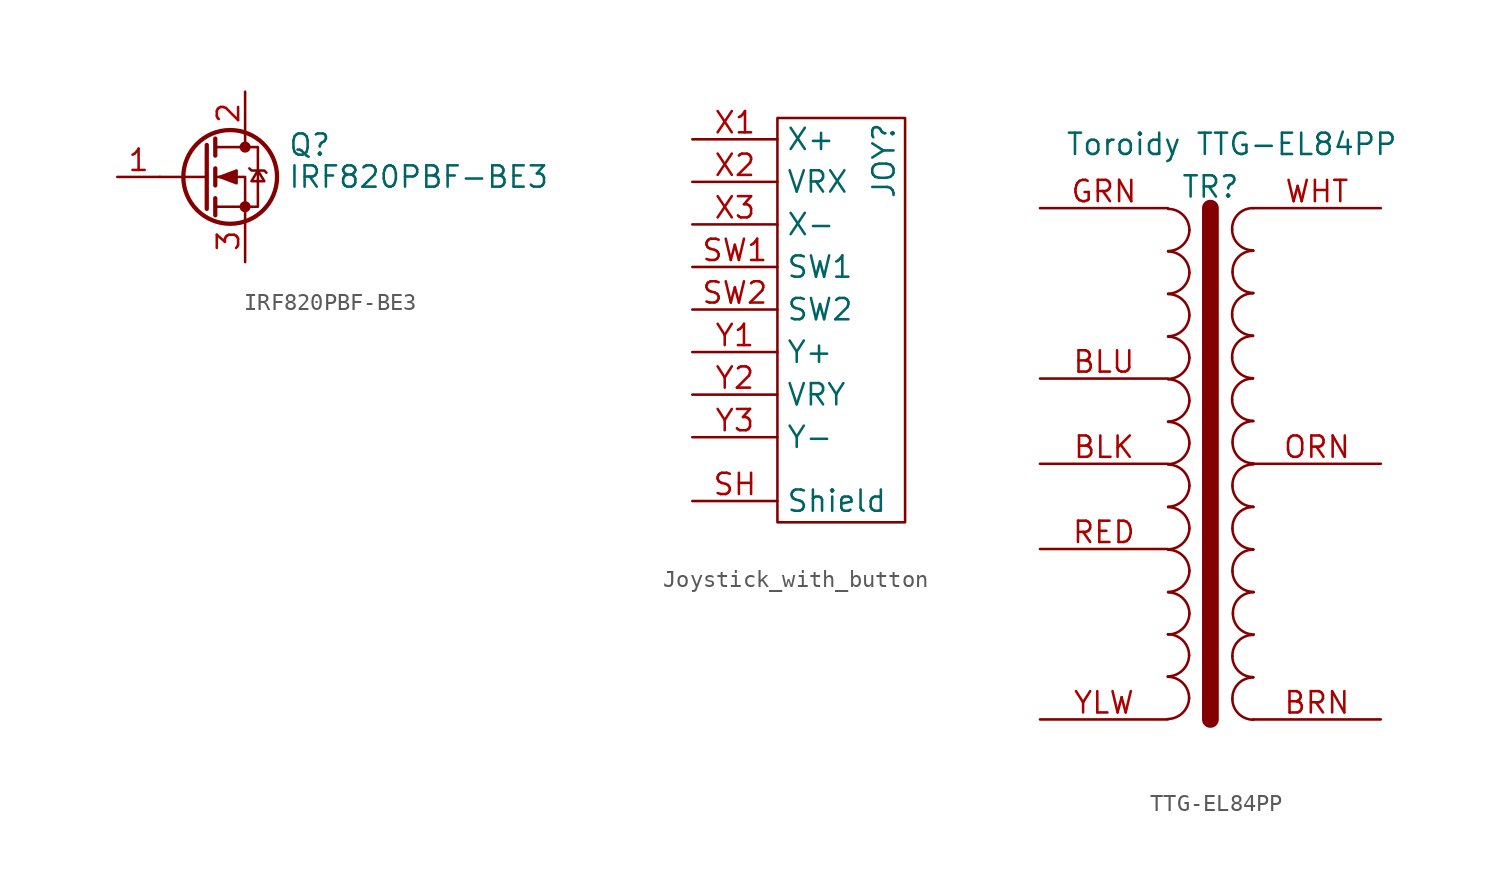
<source format=kicad_sym>
(kicad_symbol_lib
  (version 20241209)
  (generator "kicad_symbol_editor")
  (generator_version "9.0")
  (symbol "IRF820PBF-BE3"
    (pin_names
      (hide yes))
    (property "Reference" "Q"
      (at 5.08 1.905 0)
      (effects (font (size 1.27 1.27)) (justify left)))
    (property "Value" "IRF820PBF-BE3"
      (at 5.08 0 0)
      (effects (font (size 1.27 1.27)) (justify left)))
    (symbol "IRF820PBF-BE3_0_1"
      (polyline (pts (xy 0.254 1.905) (xy 0.254 -1.905)) (stroke (width 0.254) (type default)) (fill (type none)))
      (polyline (pts (xy 0.254 0) (xy -2.54 0)) (stroke (width 0) (type default)) (fill (type none)))
      (polyline (pts (xy 0.762 2.286) (xy 0.762 1.27)) (stroke (width 0.254) (type default)) (fill (type none)))
      (polyline (pts (xy 0.762 0.508) (xy 0.762 -0.508)) (stroke (width 0.254) (type default)) (fill (type none)))
      (polyline (pts (xy 0.762 -1.27) (xy 0.762 -2.286)) (stroke (width 0.254) (type default)) (fill (type none)))
      (polyline (pts (xy 0.762 -1.778) (xy 3.302 -1.778) (xy 3.302 1.778) (xy 0.762 1.778)) (stroke (width 0) (type default)) (fill (type none)))
      (polyline (pts (xy 1.016 0) (xy 2.032 0.381) (xy 2.032 -0.381) (xy 1.016 0)) (stroke (width 0) (type default)) (fill (type outline)))
      (circle (center 1.651 0) (radius 2.794) (stroke (width 0.254) (type default)) (fill (type none)))
      (polyline (pts (xy 2.54 2.54) (xy 2.54 1.778)) (stroke (width 0) (type default)) (fill (type none)))
      (circle (center 2.54 1.778) (radius 0.254) (stroke (width 0) (type default)) (fill (type outline)))
      (circle (center 2.54 -1.778) (radius 0.254) (stroke (width 0) (type default)) (fill (type outline)))
      (polyline (pts (xy 2.54 -2.54) (xy 2.54 0) (xy 0.762 0)) (stroke (width 0) (type default)) (fill (type none)))
      (polyline (pts (xy 2.794 0.508) (xy 2.921 0.381) (xy 3.683 0.381) (xy 3.81 0.254)) (stroke (width 0) (type default)) (fill (type none)))
      (polyline (pts (xy 3.302 0.381) (xy 2.921 -0.254) (xy 3.683 -0.254) (xy 3.302 0.381)) (stroke (width 0) (type default)) (fill (type none))))
    (symbol "IRF820PBF-BE3_1_1"
      (pin passive line (at -5.08 0 0) (length 2.54) (name "G" (effects (font (size 1.27 1.27)))) (number "1" (effects (font (size 1.27 1.27)))))
      (pin passive line (at 2.54 5.08 270) (length 2.54) (name "D" (effects (font (size 1.27 1.27)))) (number "2" (effects (font (size 1.27 1.27)))))
      (pin input line (at 2.54 -5.08 90) (length 2.54) (name "S" (effects (font (size 1.27 1.27)))) (number "3" (effects (font (size 1.27 1.27)))))))
  (symbol "Joystick_with_button"
    (property "Reference" "JOY"
      (at 2.54 7.62 90)
      (effects (font (size 1.27 1.27))))
    (property "Value" ""
      (at 0 -2.54 0)
      (effects (font (size 1.27 1.27))))
    (symbol "Joystick_with_button_0_1"
      (rectangle (start -3.81 10.16) (end 3.81 -13.97) (stroke (width 0) (type default)) (fill (type none))))
    (symbol "Joystick_with_button_1_1"
      (pin passive line (at -8.89 8.89 0) (length 5.08) (name "X+" (effects (font (size 1.27 1.27)))) (number "X1" (effects (font (size 1.27 1.27)))))
      (pin passive line (at -8.89 6.35 0) (length 5.08) (name "VRX" (effects (font (size 1.27 1.27)))) (number "X2" (effects (font (size 1.27 1.27)))))
      (pin passive line (at -8.89 3.81 0) (length 5.08) (name "X-" (effects (font (size 1.27 1.27)))) (number "X3" (effects (font (size 1.27 1.27)))))
      (pin passive line (at -8.89 1.27 0) (length 5.08) (name "SW1" (effects (font (size 1.27 1.27)))) (number "SW1" (effects (font (size 1.27 1.27)))))
      (pin passive line (at -8.89 -1.27 0) (length 5.08) (name "SW2" (effects (font (size 1.27 1.27)))) (number "SW2" (effects (font (size 1.27 1.27)))))
      (pin passive line (at -8.89 -3.81 0) (length 5.08) (name "Y+" (effects (font (size 1.27 1.27)))) (number "Y1" (effects (font (size 1.27 1.27)))))
      (pin passive line (at -8.89 -6.35 0) (length 5.08) (name "VRY" (effects (font (size 1.27 1.27)))) (number "Y2" (effects (font (size 1.27 1.27)))))
      (pin passive line (at -8.89 -8.89 0) (length 5.08) (name "Y-" (effects (font (size 1.27 1.27)))) (number "Y3" (effects (font (size 1.27 1.27)))))
      (pin passive line (at -8.89 -12.7 0) (length 5.08) (name "Shield" (effects (font (size 1.27 1.27)))) (number "SH" (effects (font (size 1.27 1.27)))))))
  (symbol "TTG-EL84PP"
    (pin_names
      (offset 1.016)
      (hide yes))
    (property "Reference" "TR"
      (at 0 21.59 0)
      (effects (font (size 1.27 1.27))))
    (property "Value" "Toroidy TTG-EL84PP"
      (at 1.27 24.13 0)
      (effects (font (size 1.27 1.27))))
    (symbol "TTG-EL84PP_0_1"
      (arc (start -1.27 -6.35) (mid -1.6561 -7.2263) (end -2.54 -7.5946) (stroke (width 0) (type default)) (fill (type none)))
      (arc (start -1.27 -8.89) (mid -1.6561 -9.7663) (end -2.54 -10.1346) (stroke (width 0) (type default)) (fill (type none)))
      (arc (start -2.54 -5.08) (mid -1.642 -5.452) (end -1.27 -6.35) (stroke (width 0) (type default)) (fill (type none)))
      (arc (start -2.54 -7.62) (mid -1.642 -7.992) (end -1.27 -8.89) (stroke (width 0) (type default)) (fill (type none)))
      (arc (start -1.2515 19.0055) (mid -1.6376 18.1292) (end -2.5215 17.7609) (stroke (width 0) (type default)) (fill (type none)))
      (arc (start -1.2515 16.4655) (mid -1.6376 15.5892) (end -2.5215 15.2209) (stroke (width 0) (type default)) (fill (type none)))
      (arc (start -1.2515 13.9255) (mid -1.6376 13.0492) (end -2.5215 12.6809) (stroke (width 0) (type default)) (fill (type none)))
      (arc (start -1.2515 11.3855) (mid -1.6376 10.5092) (end -2.5215 10.1409) (stroke (width 0) (type default)) (fill (type none)))
      (arc (start -1.2515 8.8455) (mid -1.6376 7.9692) (end -2.5215 7.6009) (stroke (width 0) (type default)) (fill (type none)))
      (arc (start -1.2515 6.3055) (mid -1.6376 5.4292) (end -2.5215 5.0609) (stroke (width 0) (type default)) (fill (type none)))
      (arc (start -1.2515 3.7655) (mid -1.6376 2.8892) (end -2.5215 2.5209) (stroke (width 0) (type default)) (fill (type none)))
      (arc (start -1.2515 1.2255) (mid -1.6376 0.3492) (end -2.5215 -0.0191) (stroke (width 0) (type default)) (fill (type none)))
      (arc (start -1.2515 -1.3145) (mid -1.6376 -2.1908) (end -2.5215 -2.5591) (stroke (width 0) (type default)) (fill (type none)))
      (arc (start -1.2515 -3.8545) (mid -1.6376 -4.7308) (end -2.5215 -5.0991) (stroke (width 0) (type default)) (fill (type none)))
      (arc (start -2.5215 20.2755) (mid -1.6235 19.9035) (end -1.2515 19.0055) (stroke (width 0) (type default)) (fill (type none)))
      (arc (start -2.5215 17.7355) (mid -1.6235 17.3635) (end -1.2515 16.4655) (stroke (width 0) (type default)) (fill (type none)))
      (arc (start -2.5215 15.1955) (mid -1.6235 14.8235) (end -1.2515 13.9255) (stroke (width 0) (type default)) (fill (type none)))
      (arc (start -2.5215 12.6555) (mid -1.6235 12.2835) (end -1.2515 11.3855) (stroke (width 0) (type default)) (fill (type none)))
      (arc (start -2.5215 10.1155) (mid -1.6235 9.7435) (end -1.2515 8.8455) (stroke (width 0) (type default)) (fill (type none)))
      (arc (start -2.5215 7.5755) (mid -1.6235 7.2035) (end -1.2515 6.3055) (stroke (width 0) (type default)) (fill (type none)))
      (arc (start -2.5215 5.0355) (mid -1.6235 4.6635) (end -1.2515 3.7655) (stroke (width 0) (type default)) (fill (type none)))
      (arc (start -2.5215 2.4955) (mid -1.6235 2.1235) (end -1.2515 1.2255) (stroke (width 0) (type default)) (fill (type none)))
      (arc (start -2.5215 -0.0445) (mid -1.6235 -0.4165) (end -1.2515 -1.3145) (stroke (width 0) (type default)) (fill (type none)))
      (arc (start -2.5215 -2.5845) (mid -1.6235 -2.9565) (end -1.2515 -3.8545) (stroke (width 0) (type default)) (fill (type none)))
      (polyline (pts (xy 0 20.32) (xy 0 -10.16)) (stroke (width 1) (type default)) (fill (type none)))
      (arc (start 1.2954 19.05) (mid 1.6457 19.9517) (end 2.54 20.32) (stroke (width 0) (type default)) (fill (type none)))
      (arc (start 1.2954 13.97) (mid 1.6457 14.8717) (end 2.54 15.24) (stroke (width 0) (type default)) (fill (type none)))
      (arc (start 1.2954 11.43) (mid 1.6457 12.3317) (end 2.54 12.7) (stroke (width 0) (type default)) (fill (type none)))
      (arc (start 1.2954 8.89) (mid 1.6457 9.7917) (end 2.54 10.16) (stroke (width 0) (type default)) (fill (type none)))
      (arc (start 1.3154 3.77) (mid 1.6641 4.6729) (end 2.56 5.04) (stroke (width 0) (type default)) (fill (type none)))
      (arc (start 1.3154 1.23) (mid 1.6641 2.1329) (end 2.56 2.5) (stroke (width 0) (type default)) (fill (type none)))
      (arc (start 1.3154 -1.31) (mid 1.6641 -0.4071) (end 2.56 -0.04) (stroke (width 0) (type default)) (fill (type none)))
      (arc (start 2.54 17.8054) (mid 1.6599 18.1699) (end 1.2954 19.05) (stroke (width 0) (type default)) (fill (type none)))
      (arc (start 2.54 12.7254) (mid 1.6599 13.0899) (end 1.2954 13.97) (stroke (width 0) (type default)) (fill (type none)))
      (arc (start 2.54 10.1854) (mid 1.6599 10.5499) (end 1.2954 11.43) (stroke (width 0) (type default)) (fill (type none)))
      (arc (start 2.54 7.6454) (mid 1.6599 8.0099) (end 1.2954 8.89) (stroke (width 0) (type default)) (fill (type none)))
      (arc (start 1.3124 -6.392) (mid 1.6627 -5.4903) (end 2.557 -5.122) (stroke (width 0) (type default)) (fill (type none)))
      (arc (start 1.3124 -8.932) (mid 1.6627 -8.0303) (end 2.557 -7.662) (stroke (width 0) (type default)) (fill (type none)))
      (arc (start 1.3208 16.51) (mid 1.6711 17.4115) (end 2.5654 17.78) (stroke (width 0) (type default)) (fill (type none)))
      (arc (start 1.3208 6.35) (mid 1.6711 7.2515) (end 2.5654 7.62) (stroke (width 0) (type default)) (fill (type none)))
      (arc (start 2.557 -7.6366) (mid 1.6769 -7.2721) (end 1.3124 -6.392) (stroke (width 0) (type default)) (fill (type none)))
      (arc (start 2.557 -10.1766) (mid 1.6769 -9.8121) (end 1.3124 -8.932) (stroke (width 0) (type default)) (fill (type none)))
      (arc (start 2.56 2.5254) (mid 1.6799 2.8899) (end 1.3154 3.77) (stroke (width 0) (type default)) (fill (type none)))
      (arc (start 2.56 -0.0146) (mid 1.6799 0.3499) (end 1.3154 1.23) (stroke (width 0) (type default)) (fill (type none)))
      (arc (start 2.56 -2.5546) (mid 1.6799 -2.1901) (end 1.3154 -1.31) (stroke (width 0) (type default)) (fill (type none)))
      (arc (start 2.5654 15.2654) (mid 1.6852 15.6298) (end 1.3208 16.51) (stroke (width 0) (type default)) (fill (type none)))
      (arc (start 2.5654 5.1054) (mid 1.6852 5.4698) (end 1.3208 6.35) (stroke (width 0) (type default)) (fill (type none)))
      (arc (start 1.3408 -3.85) (mid 1.6917 -2.9491) (end 2.5854 -2.58) (stroke (width 0) (type default)) (fill (type none)))
      (arc (start 2.5854 -5.0946) (mid 1.7045 -4.7309) (end 1.3408 -3.85) (stroke (width 0) (type default)) (fill (type none))))
    (symbol "TTG-EL84PP_1_1"
      (pin passive line (at -10.16 20.32 0) (length 7.62) (name "A1" (effects (font (size 1.27 1.27)))) (number "GRN" (effects (font (size 1.27 1.27)))))
      (pin passive line (at -10.16 10.16 0) (length 7.62) (name "UL1" (effects (font (size 1.27 1.27)))) (number "BLU" (effects (font (size 1.27 1.27)))))
      (pin passive line (at -10.16 5.08 0) (length 7.62) (name "+U" (effects (font (size 1.27 1.27)))) (number "BLK" (effects (font (size 1.27 1.27)))))
      (pin passive line (at -10.16 0 0) (length 7.62) (name "UL2" (effects (font (size 1.27 1.27)))) (number "RED" (effects (font (size 1.27 1.27)))))
      (pin passive line (at -10.16 -10.16 0) (length 7.62) (name "A2" (effects (font (size 1.27 1.27)))) (number "YLW" (effects (font (size 1.27 1.27)))))
      (pin passive line (at 10.16 20.32 180) (length 7.62) (name "GND" (effects (font (size 1.27 1.27)))) (number "WHT" (effects (font (size 1.27 1.27)))))
      (pin passive line (at 10.16 5.08 180) (length 7.62) (name "4Ohm" (effects (font (size 1.27 1.27)))) (number "ORN" (effects (font (size 1.27 1.27)))))
      (pin passive line (at 10.16 -10.16 180) (length 7.62) (name "8Ohm" (effects (font (size 1.27 1.27)))) (number "BRN" (effects (font (size 1.27 1.27))))))))
</source>
